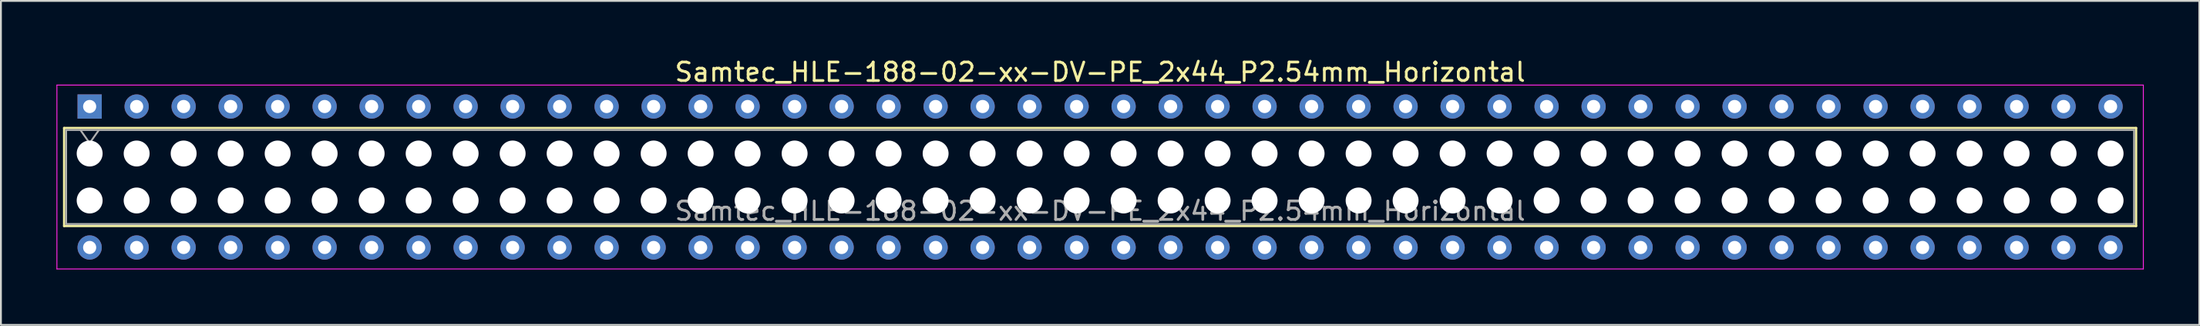
<source format=kicad_pcb>
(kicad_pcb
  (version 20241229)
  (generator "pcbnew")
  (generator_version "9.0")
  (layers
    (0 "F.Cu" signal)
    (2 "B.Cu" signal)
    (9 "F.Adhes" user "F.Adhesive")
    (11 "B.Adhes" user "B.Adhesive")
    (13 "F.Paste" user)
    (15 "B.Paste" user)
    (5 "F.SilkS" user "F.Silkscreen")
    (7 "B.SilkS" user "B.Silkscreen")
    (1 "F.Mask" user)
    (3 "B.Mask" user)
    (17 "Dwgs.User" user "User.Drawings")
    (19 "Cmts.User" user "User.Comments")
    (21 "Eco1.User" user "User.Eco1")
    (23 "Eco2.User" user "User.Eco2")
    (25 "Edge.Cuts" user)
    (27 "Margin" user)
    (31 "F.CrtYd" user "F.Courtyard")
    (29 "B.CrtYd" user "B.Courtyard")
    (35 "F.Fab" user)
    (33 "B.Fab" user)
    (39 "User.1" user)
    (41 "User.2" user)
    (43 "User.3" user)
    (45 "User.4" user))
  (footprint "Samtec_HLE-188-02-xx-DV-PE_2x44_P2.54mm_Horizontal"
    (layer "F.Cu")
    (at 1.795 2.708)
    (property "Reference" "Samtec_HLE-188-02-xx-DV-PE_2x44_P2.54mm_Horizontal" (at 54.61 -1.86 0) (layer "F.SilkS") (effects (font (size 1 1) (thickness 0.15))))
    (attr through_hole)
    (fp_line (start -1.38 1.16) (end 110.6 1.16) (stroke (width 0.12) (type solid)) (layer "F.SilkS"))
    (fp_line (start -1.38 6.46) (end -1.38 1.16) (stroke (width 0.12) (type solid)) (layer "F.SilkS"))
    (fp_line (start 110.6 1.16) (end 110.6 6.46) (stroke (width 0.12) (type solid)) (layer "F.SilkS"))
    (fp_line (start 110.6 6.46) (end -1.38 6.46) (stroke (width 0.12) (type solid)) (layer "F.SilkS"))
    (fp_line (start -1.77 -1.16) (end 110.99 -1.16) (stroke (width 0.05) (type solid)) (layer "F.CrtYd"))
    (fp_line (start -1.77 8.78) (end -1.77 -1.16) (stroke (width 0.05) (type solid)) (layer "F.CrtYd"))
    (fp_line (start 110.99 -1.16) (end 110.99 8.78) (stroke (width 0.05) (type solid)) (layer "F.CrtYd"))
    (fp_line (start 110.99 8.78) (end -1.77 8.78) (stroke (width 0.05) (type solid)) (layer "F.CrtYd"))
    (fp_line (start -1.27 1.27) (end 110.49 1.27) (stroke (width 0.1) (type solid)) (layer "F.Fab"))
    (fp_line (start -1.27 6.35) (end -1.27 1.27) (stroke (width 0.1) (type solid)) (layer "F.Fab"))
    (fp_line (start -0.5 1.27) (end 0 1.977) (stroke (width 0.1) (type solid)) (layer "F.Fab"))
    (fp_line (start 0 1.977) (end 0.5 1.27) (stroke (width 0.1) (type solid)) (layer "F.Fab"))
    (fp_line (start 110.49 1.27) (end 110.49 6.35) (stroke (width 0.1) (type solid)) (layer "F.Fab"))
    (fp_line (start 110.49 6.35) (end -1.27 6.35) (stroke (width 0.1) (type solid)) (layer "F.Fab"))
    (fp_text user "${REFERENCE}" (at 54.61 5.65 0) (layer "F.Fab") (effects (font (size 1 1) (thickness 0.15))))
    (pad "" np_thru_hole circle (at 0 2.54) (size 1.4 1.4) (drill 1.4) (layers "*.Cu" "*.Mask"))
    (pad "" np_thru_hole circle (at 0 5.08) (size 1.4 1.4) (drill 1.4) (layers "*.Cu" "*.Mask"))
    (pad "" np_thru_hole circle (at 2.54 2.54) (size 1.4 1.4) (drill 1.4) (layers "*.Cu" "*.Mask"))
    (pad "" np_thru_hole circle (at 2.54 5.08) (size 1.4 1.4) (drill 1.4) (layers "*.Cu" "*.Mask"))
    (pad "" np_thru_hole circle (at 5.08 2.54) (size 1.4 1.4) (drill 1.4) (layers "*.Cu" "*.Mask"))
    (pad "" np_thru_hole circle (at 5.08 5.08) (size 1.4 1.4) (drill 1.4) (layers "*.Cu" "*.Mask"))
    (pad "" np_thru_hole circle (at 7.62 2.54) (size 1.4 1.4) (drill 1.4) (layers "*.Cu" "*.Mask"))
    (pad "" np_thru_hole circle (at 7.62 5.08) (size 1.4 1.4) (drill 1.4) (layers "*.Cu" "*.Mask"))
    (pad "" np_thru_hole circle (at 10.16 2.54) (size 1.4 1.4) (drill 1.4) (layers "*.Cu" "*.Mask"))
    (pad "" np_thru_hole circle (at 10.16 5.08) (size 1.4 1.4) (drill 1.4) (layers "*.Cu" "*.Mask"))
    (pad "" np_thru_hole circle (at 12.7 2.54) (size 1.4 1.4) (drill 1.4) (layers "*.Cu" "*.Mask"))
    (pad "" np_thru_hole circle (at 12.7 5.08) (size 1.4 1.4) (drill 1.4) (layers "*.Cu" "*.Mask"))
    (pad "" np_thru_hole circle (at 15.24 2.54) (size 1.4 1.4) (drill 1.4) (layers "*.Cu" "*.Mask"))
    (pad "" np_thru_hole circle (at 15.24 5.08) (size 1.4 1.4) (drill 1.4) (layers "*.Cu" "*.Mask"))
    (pad "" np_thru_hole circle (at 17.78 2.54) (size 1.4 1.4) (drill 1.4) (layers "*.Cu" "*.Mask"))
    (pad "" np_thru_hole circle (at 17.78 5.08) (size 1.4 1.4) (drill 1.4) (layers "*.Cu" "*.Mask"))
    (pad "" np_thru_hole circle (at 20.32 2.54) (size 1.4 1.4) (drill 1.4) (layers "*.Cu" "*.Mask"))
    (pad "" np_thru_hole circle (at 20.32 5.08) (size 1.4 1.4) (drill 1.4) (layers "*.Cu" "*.Mask"))
    (pad "" np_thru_hole circle (at 22.86 2.54) (size 1.4 1.4) (drill 1.4) (layers "*.Cu" "*.Mask"))
    (pad "" np_thru_hole circle (at 22.86 5.08) (size 1.4 1.4) (drill 1.4) (layers "*.Cu" "*.Mask"))
    (pad "" np_thru_hole circle (at 25.4 2.54) (size 1.4 1.4) (drill 1.4) (layers "*.Cu" "*.Mask"))
    (pad "" np_thru_hole circle (at 25.4 5.08) (size 1.4 1.4) (drill 1.4) (layers "*.Cu" "*.Mask"))
    (pad "" np_thru_hole circle (at 27.94 2.54) (size 1.4 1.4) (drill 1.4) (layers "*.Cu" "*.Mask"))
    (pad "" np_thru_hole circle (at 27.94 5.08) (size 1.4 1.4) (drill 1.4) (layers "*.Cu" "*.Mask"))
    (pad "" np_thru_hole circle (at 30.48 2.54) (size 1.4 1.4) (drill 1.4) (layers "*.Cu" "*.Mask"))
    (pad "" np_thru_hole circle (at 30.48 5.08) (size 1.4 1.4) (drill 1.4) (layers "*.Cu" "*.Mask"))
    (pad "" np_thru_hole circle (at 33.02 2.54) (size 1.4 1.4) (drill 1.4) (layers "*.Cu" "*.Mask"))
    (pad "" np_thru_hole circle (at 33.02 5.08) (size 1.4 1.4) (drill 1.4) (layers "*.Cu" "*.Mask"))
    (pad "" np_thru_hole circle (at 35.56 2.54) (size 1.4 1.4) (drill 1.4) (layers "*.Cu" "*.Mask"))
    (pad "" np_thru_hole circle (at 35.56 5.08) (size 1.4 1.4) (drill 1.4) (layers "*.Cu" "*.Mask"))
    (pad "" np_thru_hole circle (at 38.1 2.54) (size 1.4 1.4) (drill 1.4) (layers "*.Cu" "*.Mask"))
    (pad "" np_thru_hole circle (at 38.1 5.08) (size 1.4 1.4) (drill 1.4) (layers "*.Cu" "*.Mask"))
    (pad "" np_thru_hole circle (at 40.64 2.54) (size 1.4 1.4) (drill 1.4) (layers "*.Cu" "*.Mask"))
    (pad "" np_thru_hole circle (at 40.64 5.08) (size 1.4 1.4) (drill 1.4) (layers "*.Cu" "*.Mask"))
    (pad "" np_thru_hole circle (at 43.18 2.54) (size 1.4 1.4) (drill 1.4) (layers "*.Cu" "*.Mask"))
    (pad "" np_thru_hole circle (at 43.18 5.08) (size 1.4 1.4) (drill 1.4) (layers "*.Cu" "*.Mask"))
    (pad "" np_thru_hole circle (at 45.72 2.54) (size 1.4 1.4) (drill 1.4) (layers "*.Cu" "*.Mask"))
    (pad "" np_thru_hole circle (at 45.72 5.08) (size 1.4 1.4) (drill 1.4) (layers "*.Cu" "*.Mask"))
    (pad "" np_thru_hole circle (at 48.26 2.54) (size 1.4 1.4) (drill 1.4) (layers "*.Cu" "*.Mask"))
    (pad "" np_thru_hole circle (at 48.26 5.08) (size 1.4 1.4) (drill 1.4) (layers "*.Cu" "*.Mask"))
    (pad "" np_thru_hole circle (at 50.8 2.54) (size 1.4 1.4) (drill 1.4) (layers "*.Cu" "*.Mask"))
    (pad "" np_thru_hole circle (at 50.8 5.08) (size 1.4 1.4) (drill 1.4) (layers "*.Cu" "*.Mask"))
    (pad "" np_thru_hole circle (at 53.34 2.54) (size 1.4 1.4) (drill 1.4) (layers "*.Cu" "*.Mask"))
    (pad "" np_thru_hole circle (at 53.34 5.08) (size 1.4 1.4) (drill 1.4) (layers "*.Cu" "*.Mask"))
    (pad "" np_thru_hole circle (at 55.88 2.54) (size 1.4 1.4) (drill 1.4) (layers "*.Cu" "*.Mask"))
    (pad "" np_thru_hole circle (at 55.88 5.08) (size 1.4 1.4) (drill 1.4) (layers "*.Cu" "*.Mask"))
    (pad "" np_thru_hole circle (at 58.42 2.54) (size 1.4 1.4) (drill 1.4) (layers "*.Cu" "*.Mask"))
    (pad "" np_thru_hole circle (at 58.42 5.08) (size 1.4 1.4) (drill 1.4) (layers "*.Cu" "*.Mask"))
    (pad "" np_thru_hole circle (at 60.96 2.54) (size 1.4 1.4) (drill 1.4) (layers "*.Cu" "*.Mask"))
    (pad "" np_thru_hole circle (at 60.96 5.08) (size 1.4 1.4) (drill 1.4) (layers "*.Cu" "*.Mask"))
    (pad "" np_thru_hole circle (at 63.5 2.54) (size 1.4 1.4) (drill 1.4) (layers "*.Cu" "*.Mask"))
    (pad "" np_thru_hole circle (at 63.5 5.08) (size 1.4 1.4) (drill 1.4) (layers "*.Cu" "*.Mask"))
    (pad "" np_thru_hole circle (at 66.04 2.54) (size 1.4 1.4) (drill 1.4) (layers "*.Cu" "*.Mask"))
    (pad "" np_thru_hole circle (at 66.04 5.08) (size 1.4 1.4) (drill 1.4) (layers "*.Cu" "*.Mask"))
    (pad "" np_thru_hole circle (at 68.58 2.54) (size 1.4 1.4) (drill 1.4) (layers "*.Cu" "*.Mask"))
    (pad "" np_thru_hole circle (at 68.58 5.08) (size 1.4 1.4) (drill 1.4) (layers "*.Cu" "*.Mask"))
    (pad "" np_thru_hole circle (at 71.12 2.54) (size 1.4 1.4) (drill 1.4) (layers "*.Cu" "*.Mask"))
    (pad "" np_thru_hole circle (at 71.12 5.08) (size 1.4 1.4) (drill 1.4) (layers "*.Cu" "*.Mask"))
    (pad "" np_thru_hole circle (at 73.66 2.54) (size 1.4 1.4) (drill 1.4) (layers "*.Cu" "*.Mask"))
    (pad "" np_thru_hole circle (at 73.66 5.08) (size 1.4 1.4) (drill 1.4) (layers "*.Cu" "*.Mask"))
    (pad "" np_thru_hole circle (at 76.2 2.54) (size 1.4 1.4) (drill 1.4) (layers "*.Cu" "*.Mask"))
    (pad "" np_thru_hole circle (at 76.2 5.08) (size 1.4 1.4) (drill 1.4) (layers "*.Cu" "*.Mask"))
    (pad "" np_thru_hole circle (at 78.74 2.54) (size 1.4 1.4) (drill 1.4) (layers "*.Cu" "*.Mask"))
    (pad "" np_thru_hole circle (at 78.74 5.08) (size 1.4 1.4) (drill 1.4) (layers "*.Cu" "*.Mask"))
    (pad "" np_thru_hole circle (at 81.28 2.54) (size 1.4 1.4) (drill 1.4) (layers "*.Cu" "*.Mask"))
    (pad "" np_thru_hole circle (at 81.28 5.08) (size 1.4 1.4) (drill 1.4) (layers "*.Cu" "*.Mask"))
    (pad "" np_thru_hole circle (at 83.82 2.54) (size 1.4 1.4) (drill 1.4) (layers "*.Cu" "*.Mask"))
    (pad "" np_thru_hole circle (at 83.82 5.08) (size 1.4 1.4) (drill 1.4) (layers "*.Cu" "*.Mask"))
    (pad "" np_thru_hole circle (at 86.36 2.54) (size 1.4 1.4) (drill 1.4) (layers "*.Cu" "*.Mask"))
    (pad "" np_thru_hole circle (at 86.36 5.08) (size 1.4 1.4) (drill 1.4) (layers "*.Cu" "*.Mask"))
    (pad "" np_thru_hole circle (at 88.9 2.54) (size 1.4 1.4) (drill 1.4) (layers "*.Cu" "*.Mask"))
    (pad "" np_thru_hole circle (at 88.9 5.08) (size 1.4 1.4) (drill 1.4) (layers "*.Cu" "*.Mask"))
    (pad "" np_thru_hole circle (at 91.44 2.54) (size 1.4 1.4) (drill 1.4) (layers "*.Cu" "*.Mask"))
    (pad "" np_thru_hole circle (at 91.44 5.08) (size 1.4 1.4) (drill 1.4) (layers "*.Cu" "*.Mask"))
    (pad "" np_thru_hole circle (at 93.98 2.54) (size 1.4 1.4) (drill 1.4) (layers "*.Cu" "*.Mask"))
    (pad "" np_thru_hole circle (at 93.98 5.08) (size 1.4 1.4) (drill 1.4) (layers "*.Cu" "*.Mask"))
    (pad "" np_thru_hole circle (at 96.52 2.54) (size 1.4 1.4) (drill 1.4) (layers "*.Cu" "*.Mask"))
    (pad "" np_thru_hole circle (at 96.52 5.08) (size 1.4 1.4) (drill 1.4) (layers "*.Cu" "*.Mask"))
    (pad "" np_thru_hole circle (at 99.06 2.54) (size 1.4 1.4) (drill 1.4) (layers "*.Cu" "*.Mask"))
    (pad "" np_thru_hole circle (at 99.06 5.08) (size 1.4 1.4) (drill 1.4) (layers "*.Cu" "*.Mask"))
    (pad "" np_thru_hole circle (at 101.6 2.54) (size 1.4 1.4) (drill 1.4) (layers "*.Cu" "*.Mask"))
    (pad "" np_thru_hole circle (at 101.6 5.08) (size 1.4 1.4) (drill 1.4) (layers "*.Cu" "*.Mask"))
    (pad "" np_thru_hole circle (at 104.14 2.54) (size 1.4 1.4) (drill 1.4) (layers "*.Cu" "*.Mask"))
    (pad "" np_thru_hole circle (at 104.14 5.08) (size 1.4 1.4) (drill 1.4) (layers "*.Cu" "*.Mask"))
    (pad "" np_thru_hole circle (at 106.68 2.54) (size 1.4 1.4) (drill 1.4) (layers "*.Cu" "*.Mask"))
    (pad "" np_thru_hole circle (at 106.68 5.08) (size 1.4 1.4) (drill 1.4) (layers "*.Cu" "*.Mask"))
    (pad "" np_thru_hole circle (at 109.22 2.54) (size 1.4 1.4) (drill 1.4) (layers "*.Cu" "*.Mask"))
    (pad "" np_thru_hole circle (at 109.22 5.08) (size 1.4 1.4) (drill 1.4) (layers "*.Cu" "*.Mask"))
    (pad "1" thru_hole rect (at 0 0) (size 1.31 1.31) (drill 0.71) (layers "*.Cu" "*.Mask"))
    (pad "2" thru_hole circle (at 0 7.62) (size 1.31 1.31) (drill 0.71) (layers "*.Cu" "*.Mask"))
    (pad "3" thru_hole circle (at 2.54 0) (size 1.31 1.31) (drill 0.71) (layers "*.Cu" "*.Mask"))
    (pad "4" thru_hole circle (at 2.54 7.62) (size 1.31 1.31) (drill 0.71) (layers "*.Cu" "*.Mask"))
    (pad "5" thru_hole circle (at 5.08 0) (size 1.31 1.31) (drill 0.71) (layers "*.Cu" "*.Mask"))
    (pad "6" thru_hole circle (at 5.08 7.62) (size 1.31 1.31) (drill 0.71) (layers "*.Cu" "*.Mask"))
    (pad "7" thru_hole circle (at 7.62 0) (size 1.31 1.31) (drill 0.71) (layers "*.Cu" "*.Mask"))
    (pad "8" thru_hole circle (at 7.62 7.62) (size 1.31 1.31) (drill 0.71) (layers "*.Cu" "*.Mask"))
    (pad "9" thru_hole circle (at 10.16 0) (size 1.31 1.31) (drill 0.71) (layers "*.Cu" "*.Mask"))
    (pad "10" thru_hole circle (at 10.16 7.62) (size 1.31 1.31) (drill 0.71) (layers "*.Cu" "*.Mask"))
    (pad "11" thru_hole circle (at 12.7 0) (size 1.31 1.31) (drill 0.71) (layers "*.Cu" "*.Mask"))
    (pad "12" thru_hole circle (at 12.7 7.62) (size 1.31 1.31) (drill 0.71) (layers "*.Cu" "*.Mask"))
    (pad "13" thru_hole circle (at 15.24 0) (size 1.31 1.31) (drill 0.71) (layers "*.Cu" "*.Mask"))
    (pad "14" thru_hole circle (at 15.24 7.62) (size 1.31 1.31) (drill 0.71) (layers "*.Cu" "*.Mask"))
    (pad "15" thru_hole circle (at 17.78 0) (size 1.31 1.31) (drill 0.71) (layers "*.Cu" "*.Mask"))
    (pad "16" thru_hole circle (at 17.78 7.62) (size 1.31 1.31) (drill 0.71) (layers "*.Cu" "*.Mask"))
    (pad "17" thru_hole circle (at 20.32 0) (size 1.31 1.31) (drill 0.71) (layers "*.Cu" "*.Mask"))
    (pad "18" thru_hole circle (at 20.32 7.62) (size 1.31 1.31) (drill 0.71) (layers "*.Cu" "*.Mask"))
    (pad "19" thru_hole circle (at 22.86 0) (size 1.31 1.31) (drill 0.71) (layers "*.Cu" "*.Mask"))
    (pad "20" thru_hole circle (at 22.86 7.62) (size 1.31 1.31) (drill 0.71) (layers "*.Cu" "*.Mask"))
    (pad "21" thru_hole circle (at 25.4 0) (size 1.31 1.31) (drill 0.71) (layers "*.Cu" "*.Mask"))
    (pad "22" thru_hole circle (at 25.4 7.62) (size 1.31 1.31) (drill 0.71) (layers "*.Cu" "*.Mask"))
    (pad "23" thru_hole circle (at 27.94 0) (size 1.31 1.31) (drill 0.71) (layers "*.Cu" "*.Mask"))
    (pad "24" thru_hole circle (at 27.94 7.62) (size 1.31 1.31) (drill 0.71) (layers "*.Cu" "*.Mask"))
    (pad "25" thru_hole circle (at 30.48 0) (size 1.31 1.31) (drill 0.71) (layers "*.Cu" "*.Mask"))
    (pad "26" thru_hole circle (at 30.48 7.62) (size 1.31 1.31) (drill 0.71) (layers "*.Cu" "*.Mask"))
    (pad "27" thru_hole circle (at 33.02 0) (size 1.31 1.31) (drill 0.71) (layers "*.Cu" "*.Mask"))
    (pad "28" thru_hole circle (at 33.02 7.62) (size 1.31 1.31) (drill 0.71) (layers "*.Cu" "*.Mask"))
    (pad "29" thru_hole circle (at 35.56 0) (size 1.31 1.31) (drill 0.71) (layers "*.Cu" "*.Mask"))
    (pad "30" thru_hole circle (at 35.56 7.62) (size 1.31 1.31) (drill 0.71) (layers "*.Cu" "*.Mask"))
    (pad "31" thru_hole circle (at 38.1 0) (size 1.31 1.31) (drill 0.71) (layers "*.Cu" "*.Mask"))
    (pad "32" thru_hole circle (at 38.1 7.62) (size 1.31 1.31) (drill 0.71) (layers "*.Cu" "*.Mask"))
    (pad "33" thru_hole circle (at 40.64 0) (size 1.31 1.31) (drill 0.71) (layers "*.Cu" "*.Mask"))
    (pad "34" thru_hole circle (at 40.64 7.62) (size 1.31 1.31) (drill 0.71) (layers "*.Cu" "*.Mask"))
    (pad "35" thru_hole circle (at 43.18 0) (size 1.31 1.31) (drill 0.71) (layers "*.Cu" "*.Mask"))
    (pad "36" thru_hole circle (at 43.18 7.62) (size 1.31 1.31) (drill 0.71) (layers "*.Cu" "*.Mask"))
    (pad "37" thru_hole circle (at 45.72 0) (size 1.31 1.31) (drill 0.71) (layers "*.Cu" "*.Mask"))
    (pad "38" thru_hole circle (at 45.72 7.62) (size 1.31 1.31) (drill 0.71) (layers "*.Cu" "*.Mask"))
    (pad "39" thru_hole circle (at 48.26 0) (size 1.31 1.31) (drill 0.71) (layers "*.Cu" "*.Mask"))
    (pad "40" thru_hole circle (at 48.26 7.62) (size 1.31 1.31) (drill 0.71) (layers "*.Cu" "*.Mask"))
    (pad "41" thru_hole circle (at 50.8 0) (size 1.31 1.31) (drill 0.71) (layers "*.Cu" "*.Mask"))
    (pad "42" thru_hole circle (at 50.8 7.62) (size 1.31 1.31) (drill 0.71) (layers "*.Cu" "*.Mask"))
    (pad "43" thru_hole circle (at 53.34 0) (size 1.31 1.31) (drill 0.71) (layers "*.Cu" "*.Mask"))
    (pad "44" thru_hole circle (at 53.34 7.62) (size 1.31 1.31) (drill 0.71) (layers "*.Cu" "*.Mask"))
    (pad "45" thru_hole circle (at 55.88 0) (size 1.31 1.31) (drill 0.71) (layers "*.Cu" "*.Mask"))
    (pad "46" thru_hole circle (at 55.88 7.62) (size 1.31 1.31) (drill 0.71) (layers "*.Cu" "*.Mask"))
    (pad "47" thru_hole circle (at 58.42 0) (size 1.31 1.31) (drill 0.71) (layers "*.Cu" "*.Mask"))
    (pad "48" thru_hole circle (at 58.42 7.62) (size 1.31 1.31) (drill 0.71) (layers "*.Cu" "*.Mask"))
    (pad "49" thru_hole circle (at 60.96 0) (size 1.31 1.31) (drill 0.71) (layers "*.Cu" "*.Mask"))
    (pad "50" thru_hole circle (at 60.96 7.62) (size 1.31 1.31) (drill 0.71) (layers "*.Cu" "*.Mask"))
    (pad "51" thru_hole circle (at 63.5 0) (size 1.31 1.31) (drill 0.71) (layers "*.Cu" "*.Mask"))
    (pad "52" thru_hole circle (at 63.5 7.62) (size 1.31 1.31) (drill 0.71) (layers "*.Cu" "*.Mask"))
    (pad "53" thru_hole circle (at 66.04 0) (size 1.31 1.31) (drill 0.71) (layers "*.Cu" "*.Mask"))
    (pad "54" thru_hole circle (at 66.04 7.62) (size 1.31 1.31) (drill 0.71) (layers "*.Cu" "*.Mask"))
    (pad "55" thru_hole circle (at 68.58 0) (size 1.31 1.31) (drill 0.71) (layers "*.Cu" "*.Mask"))
    (pad "56" thru_hole circle (at 68.58 7.62) (size 1.31 1.31) (drill 0.71) (layers "*.Cu" "*.Mask"))
    (pad "57" thru_hole circle (at 71.12 0) (size 1.31 1.31) (drill 0.71) (layers "*.Cu" "*.Mask"))
    (pad "58" thru_hole circle (at 71.12 7.62) (size 1.31 1.31) (drill 0.71) (layers "*.Cu" "*.Mask"))
    (pad "59" thru_hole circle (at 73.66 0) (size 1.31 1.31) (drill 0.71) (layers "*.Cu" "*.Mask"))
    (pad "60" thru_hole circle (at 73.66 7.62) (size 1.31 1.31) (drill 0.71) (layers "*.Cu" "*.Mask"))
    (pad "61" thru_hole circle (at 76.2 0) (size 1.31 1.31) (drill 0.71) (layers "*.Cu" "*.Mask"))
    (pad "62" thru_hole circle (at 76.2 7.62) (size 1.31 1.31) (drill 0.71) (layers "*.Cu" "*.Mask"))
    (pad "63" thru_hole circle (at 78.74 0) (size 1.31 1.31) (drill 0.71) (layers "*.Cu" "*.Mask"))
    (pad "64" thru_hole circle (at 78.74 7.62) (size 1.31 1.31) (drill 0.71) (layers "*.Cu" "*.Mask"))
    (pad "65" thru_hole circle (at 81.28 0) (size 1.31 1.31) (drill 0.71) (layers "*.Cu" "*.Mask"))
    (pad "66" thru_hole circle (at 81.28 7.62) (size 1.31 1.31) (drill 0.71) (layers "*.Cu" "*.Mask"))
    (pad "67" thru_hole circle (at 83.82 0) (size 1.31 1.31) (drill 0.71) (layers "*.Cu" "*.Mask"))
    (pad "68" thru_hole circle (at 83.82 7.62) (size 1.31 1.31) (drill 0.71) (layers "*.Cu" "*.Mask"))
    (pad "69" thru_hole circle (at 86.36 0) (size 1.31 1.31) (drill 0.71) (layers "*.Cu" "*.Mask"))
    (pad "70" thru_hole circle (at 86.36 7.62) (size 1.31 1.31) (drill 0.71) (layers "*.Cu" "*.Mask"))
    (pad "71" thru_hole circle (at 88.9 0) (size 1.31 1.31) (drill 0.71) (layers "*.Cu" "*.Mask"))
    (pad "72" thru_hole circle (at 88.9 7.62) (size 1.31 1.31) (drill 0.71) (layers "*.Cu" "*.Mask"))
    (pad "73" thru_hole circle (at 91.44 0) (size 1.31 1.31) (drill 0.71) (layers "*.Cu" "*.Mask"))
    (pad "74" thru_hole circle (at 91.44 7.62) (size 1.31 1.31) (drill 0.71) (layers "*.Cu" "*.Mask"))
    (pad "75" thru_hole circle (at 93.98 0) (size 1.31 1.31) (drill 0.71) (layers "*.Cu" "*.Mask"))
    (pad "76" thru_hole circle (at 93.98 7.62) (size 1.31 1.31) (drill 0.71) (layers "*.Cu" "*.Mask"))
    (pad "77" thru_hole circle (at 96.52 0) (size 1.31 1.31) (drill 0.71) (layers "*.Cu" "*.Mask"))
    (pad "78" thru_hole circle (at 96.52 7.62) (size 1.31 1.31) (drill 0.71) (layers "*.Cu" "*.Mask"))
    (pad "79" thru_hole circle (at 99.06 0) (size 1.31 1.31) (drill 0.71) (layers "*.Cu" "*.Mask"))
    (pad "80" thru_hole circle (at 99.06 7.62) (size 1.31 1.31) (drill 0.71) (layers "*.Cu" "*.Mask"))
    (pad "81" thru_hole circle (at 101.6 0) (size 1.31 1.31) (drill 0.71) (layers "*.Cu" "*.Mask"))
    (pad "82" thru_hole circle (at 101.6 7.62) (size 1.31 1.31) (drill 0.71) (layers "*.Cu" "*.Mask"))
    (pad "83" thru_hole circle (at 104.14 0) (size 1.31 1.31) (drill 0.71) (layers "*.Cu" "*.Mask"))
    (pad "84" thru_hole circle (at 104.14 7.62) (size 1.31 1.31) (drill 0.71) (layers "*.Cu" "*.Mask"))
    (pad "85" thru_hole circle (at 106.68 0) (size 1.31 1.31) (drill 0.71) (layers "*.Cu" "*.Mask"))
    (pad "86" thru_hole circle (at 106.68 7.62) (size 1.31 1.31) (drill 0.71) (layers "*.Cu" "*.Mask"))
    (pad "87" thru_hole circle (at 109.22 0) (size 1.31 1.31) (drill 0.71) (layers "*.Cu" "*.Mask"))
    (pad "88" thru_hole circle (at 109.22 7.62) (size 1.31 1.31) (drill 0.71) (layers "*.Cu" "*.Mask")))
  (gr_rect
    (start -3 -3)
    (end 115.81 14.513)
    (stroke (width 0.1) (type default))
    (fill no)
    (layer "Edge.Cuts")))
</source>
